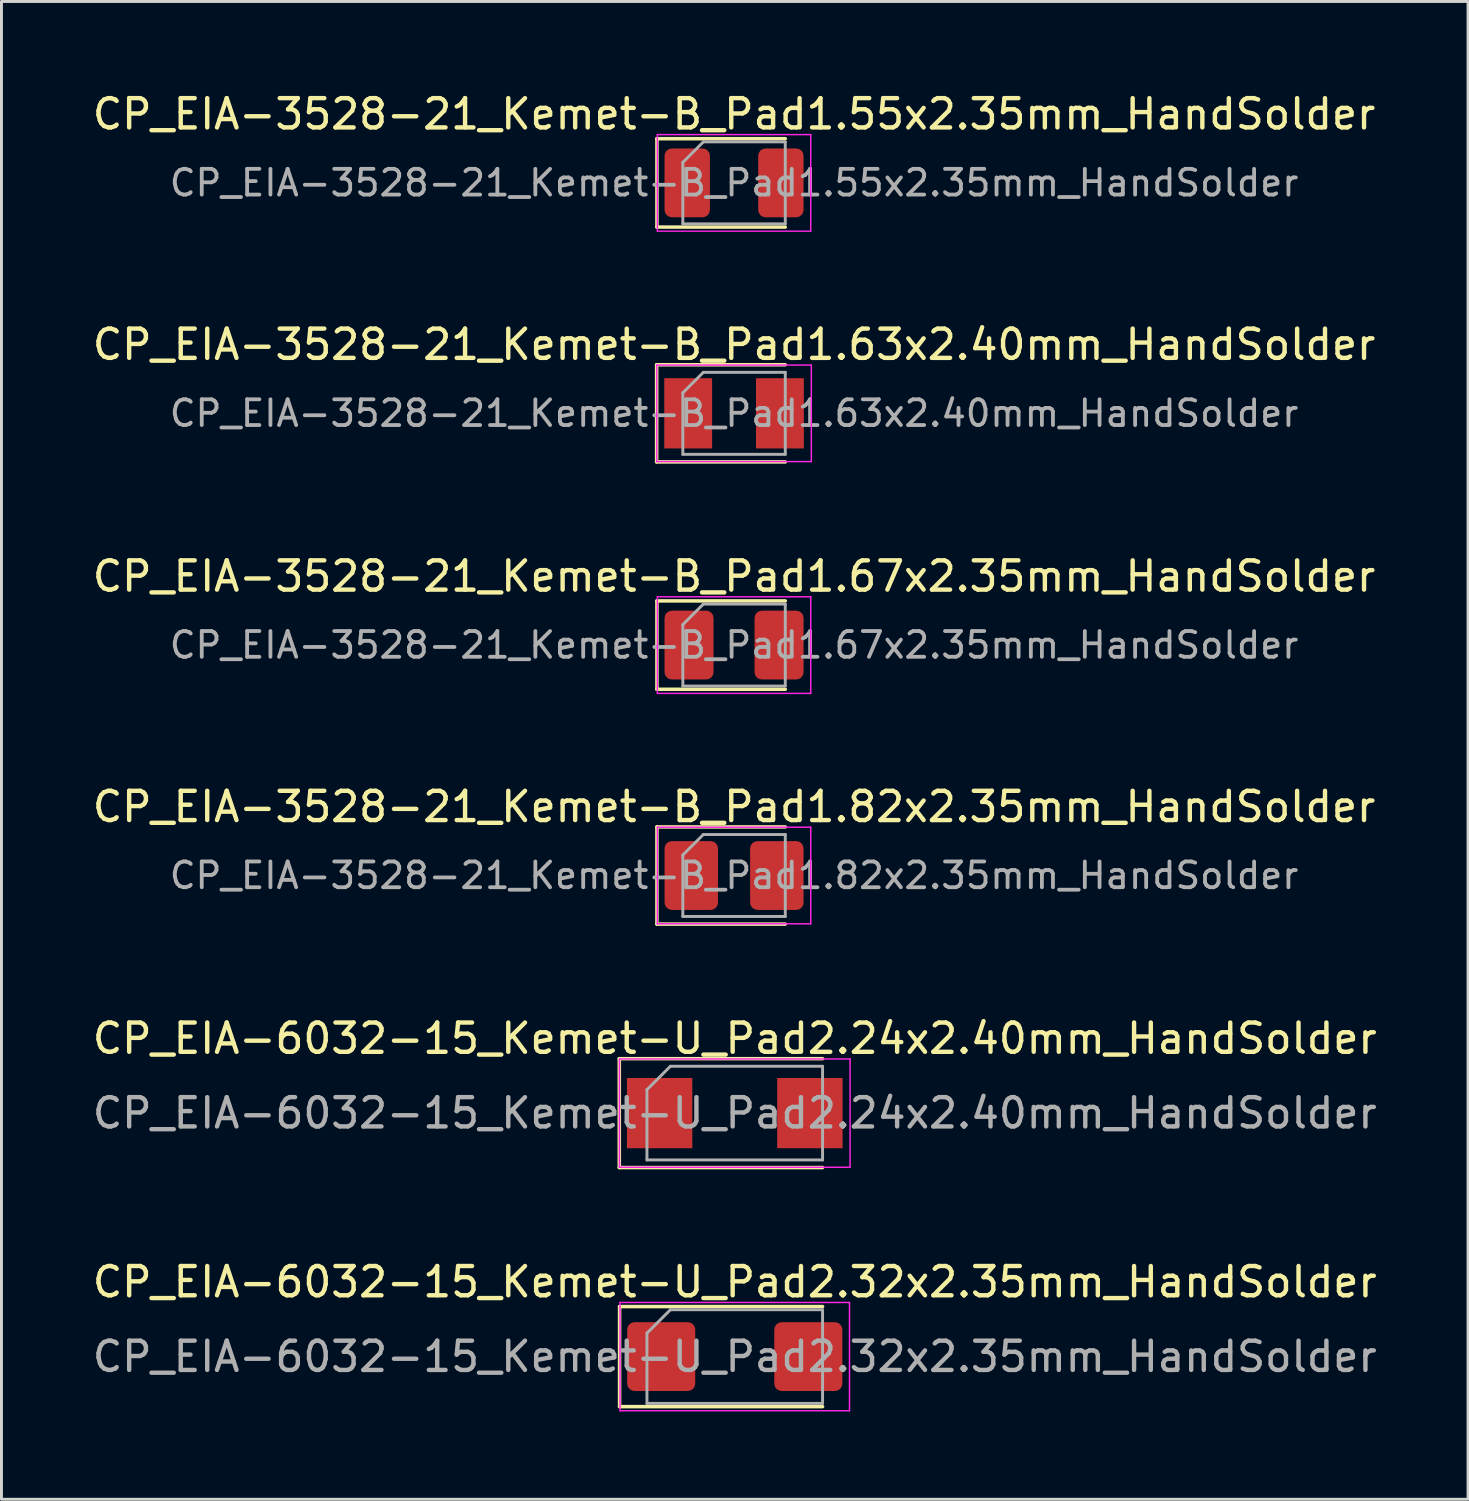
<source format=kicad_pcb>
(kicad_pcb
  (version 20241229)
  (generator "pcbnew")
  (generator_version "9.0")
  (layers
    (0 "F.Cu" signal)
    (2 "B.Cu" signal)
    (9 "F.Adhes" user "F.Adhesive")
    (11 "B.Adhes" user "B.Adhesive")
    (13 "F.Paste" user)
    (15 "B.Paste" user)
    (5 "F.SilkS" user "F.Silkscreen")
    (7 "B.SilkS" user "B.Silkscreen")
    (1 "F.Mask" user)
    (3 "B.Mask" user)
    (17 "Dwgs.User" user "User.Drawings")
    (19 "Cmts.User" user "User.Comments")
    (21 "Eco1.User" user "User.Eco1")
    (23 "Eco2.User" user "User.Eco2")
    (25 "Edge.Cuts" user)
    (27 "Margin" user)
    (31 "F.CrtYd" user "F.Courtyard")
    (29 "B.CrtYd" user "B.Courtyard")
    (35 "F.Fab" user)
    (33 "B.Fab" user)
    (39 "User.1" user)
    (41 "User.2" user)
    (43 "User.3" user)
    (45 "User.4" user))
  (footprint "CP_EIA-3528-21_Kemet-B_Pad1.67x2.35mm_HandSolder"
    (layer "F.Cu")
    (at 22.03 18.99)
    (property "Reference" "CP_EIA-3528-21_Kemet-B_Pad1.67x2.35mm_HandSolder" (at 0 -2.35 0) (layer "F.SilkS") (effects (font (size 1 1) (thickness 0.15))))
    (attr smd)
    (fp_line (start -2.635 -1.51) (end -2.635 1.51) (stroke (width 0.12) (type solid)) (layer "F.SilkS"))
    (fp_line (start -2.635 1.51) (end 1.75 1.51) (stroke (width 0.12) (type solid)) (layer "F.SilkS"))
    (fp_line (start 1.75 -1.51) (end -2.635 -1.51) (stroke (width 0.12) (type solid)) (layer "F.SilkS"))
    (fp_line (start -2.62 -1.65) (end 2.62 -1.65) (stroke (width 0.05) (type solid)) (layer "F.CrtYd"))
    (fp_line (start -2.62 1.65) (end -2.62 -1.65) (stroke (width 0.05) (type solid)) (layer "F.CrtYd"))
    (fp_line (start 2.62 -1.65) (end 2.62 1.65) (stroke (width 0.05) (type solid)) (layer "F.CrtYd"))
    (fp_line (start 2.62 1.65) (end -2.62 1.65) (stroke (width 0.05) (type solid)) (layer "F.CrtYd"))
    (fp_line (start -1.75 -0.7) (end -1.75 1.4) (stroke (width 0.1) (type solid)) (layer "F.Fab"))
    (fp_line (start -1.75 1.4) (end 1.75 1.4) (stroke (width 0.1) (type solid)) (layer "F.Fab"))
    (fp_line (start -1.05 -1.4) (end -1.75 -0.7) (stroke (width 0.1) (type solid)) (layer "F.Fab"))
    (fp_line (start 1.75 -1.4) (end -1.05 -1.4) (stroke (width 0.1) (type solid)) (layer "F.Fab"))
    (fp_line (start 1.75 1.4) (end 1.75 -1.4) (stroke (width 0.1) (type solid)) (layer "F.Fab"))
    (fp_text user "${REFERENCE}" (at 0 0 0) (layer "F.Fab") (effects (font (size 0.88 0.88) (thickness 0.13))))
    (pad "1" smd roundrect (at -1.538 0) (size 1.675 2.35) (layers "F.Cu" "F.Mask" "F.Paste") (roundrect_rratio 0.149))
    (pad "2" smd roundrect (at 1.538 0) (size 1.675 2.35) (layers "F.Cu" "F.Mask" "F.Paste") (roundrect_rratio 0.149)))
  (footprint "CP_EIA-3528-21_Kemet-B_Pad1.82x2.35mm_HandSolder"
    (layer "F.Cu")
    (at 22.03 26.863)
    (property "Reference" "CP_EIA-3528-21_Kemet-B_Pad1.82x2.35mm_HandSolder" (at 0 -2.35 0) (layer "F.SilkS") (effects (font (size 1 1) (thickness 0.15))))
    (attr smd)
    (fp_line (start -2.635 -1.66) (end -2.635 1.66) (stroke (width 0.12) (type solid)) (layer "F.SilkS"))
    (fp_line (start -2.635 1.66) (end 1.75 1.66) (stroke (width 0.12) (type solid)) (layer "F.SilkS"))
    (fp_line (start 1.75 -1.66) (end -2.635 -1.66) (stroke (width 0.12) (type solid)) (layer "F.SilkS"))
    (fp_line (start -2.62 -1.65) (end 2.62 -1.65) (stroke (width 0.05) (type solid)) (layer "F.CrtYd"))
    (fp_line (start -2.62 1.65) (end -2.62 -1.65) (stroke (width 0.05) (type solid)) (layer "F.CrtYd"))
    (fp_line (start 2.62 -1.65) (end 2.62 1.65) (stroke (width 0.05) (type solid)) (layer "F.CrtYd"))
    (fp_line (start 2.62 1.65) (end -2.62 1.65) (stroke (width 0.05) (type solid)) (layer "F.CrtYd"))
    (fp_line (start -1.75 -0.7) (end -1.75 1.4) (stroke (width 0.1) (type solid)) (layer "F.Fab"))
    (fp_line (start -1.75 1.4) (end 1.75 1.4) (stroke (width 0.1) (type solid)) (layer "F.Fab"))
    (fp_line (start -1.05 -1.4) (end -1.75 -0.7) (stroke (width 0.1) (type solid)) (layer "F.Fab"))
    (fp_line (start 1.75 -1.4) (end -1.05 -1.4) (stroke (width 0.1) (type solid)) (layer "F.Fab"))
    (fp_line (start 1.75 1.4) (end 1.75 -1.4) (stroke (width 0.1) (type solid)) (layer "F.Fab"))
    (fp_text user "${REFERENCE}" (at 0 0 0) (layer "F.Fab") (effects (font (size 0.88 0.88) (thickness 0.13))))
    (pad "1" smd roundrect (at -1.462 0) (size 1.825 2.35) (layers "F.Cu" "F.Mask" "F.Paste") (roundrect_rratio 0.137))
    (pad "2" smd roundrect (at 1.462 0) (size 1.825 2.35) (layers "F.Cu" "F.Mask" "F.Paste") (roundrect_rratio 0.137)))
  (footprint "CP_EIA-6032-15_Kemet-U_Pad2.32x2.35mm_HandSolder"
    (layer "F.Cu")
    (at 22.054 43.3)
    (property "Reference" "CP_EIA-6032-15_Kemet-U_Pad2.32x2.35mm_HandSolder" (at 0 -2.55 0) (layer "F.SilkS") (effects (font (size 1 1) (thickness 0.15))))
    (attr smd)
    (fp_line (start -3.935 -1.71) (end -3.935 1.71) (stroke (width 0.12) (type solid)) (layer "F.SilkS"))
    (fp_line (start -3.935 1.71) (end 3 1.71) (stroke (width 0.12) (type solid)) (layer "F.SilkS"))
    (fp_line (start 3 -1.71) (end -3.935 -1.71) (stroke (width 0.12) (type solid)) (layer "F.SilkS"))
    (fp_line (start -3.92 -1.85) (end 3.92 -1.85) (stroke (width 0.05) (type solid)) (layer "F.CrtYd"))
    (fp_line (start -3.92 1.85) (end -3.92 -1.85) (stroke (width 0.05) (type solid)) (layer "F.CrtYd"))
    (fp_line (start 3.92 -1.85) (end 3.92 1.85) (stroke (width 0.05) (type solid)) (layer "F.CrtYd"))
    (fp_line (start 3.92 1.85) (end -3.92 1.85) (stroke (width 0.05) (type solid)) (layer "F.CrtYd"))
    (fp_line (start -3 -0.8) (end -3 1.6) (stroke (width 0.1) (type solid)) (layer "F.Fab"))
    (fp_line (start -3 1.6) (end 3 1.6) (stroke (width 0.1) (type solid)) (layer "F.Fab"))
    (fp_line (start -2.2 -1.6) (end -3 -0.8) (stroke (width 0.1) (type solid)) (layer "F.Fab"))
    (fp_line (start 3 -1.6) (end -2.2 -1.6) (stroke (width 0.1) (type solid)) (layer "F.Fab"))
    (fp_line (start 3 1.6) (end 3 -1.6) (stroke (width 0.1) (type solid)) (layer "F.Fab"))
    (fp_text user "${REFERENCE}" (at 0 0 0) (layer "F.Fab") (effects (font (size 1 1) (thickness 0.15))))
    (pad "1" smd roundrect (at -2.513 0) (size 2.325 2.35) (layers "F.Cu" "F.Mask" "F.Paste") (roundrect_rratio 0.108))
    (pad "2" smd roundrect (at 2.513 0) (size 2.325 2.35) (layers "F.Cu" "F.Mask" "F.Paste") (roundrect_rratio 0.108)))
  (footprint "CP_EIA-3528-21_Kemet-B_Pad1.55x2.35mm_HandSolder"
    (layer "F.Cu")
    (at 22.03 3.198)
    (property "Reference" "CP_EIA-3528-21_Kemet-B_Pad1.55x2.35mm_HandSolder" (at 0 -2.35 0) (layer "F.SilkS") (effects (font (size 1 1) (thickness 0.15))))
    (attr smd)
    (fp_line (start -2.635 -1.51) (end -2.635 1.51) (stroke (width 0.12) (type solid)) (layer "F.SilkS"))
    (fp_line (start -2.635 1.51) (end 1.75 1.51) (stroke (width 0.12) (type solid)) (layer "F.SilkS"))
    (fp_line (start 1.75 -1.51) (end -2.635 -1.51) (stroke (width 0.12) (type solid)) (layer "F.SilkS"))
    (fp_line (start -2.62 -1.65) (end 2.62 -1.65) (stroke (width 0.05) (type solid)) (layer "F.CrtYd"))
    (fp_line (start -2.62 1.65) (end -2.62 -1.65) (stroke (width 0.05) (type solid)) (layer "F.CrtYd"))
    (fp_line (start 2.62 -1.65) (end 2.62 1.65) (stroke (width 0.05) (type solid)) (layer "F.CrtYd"))
    (fp_line (start 2.62 1.65) (end -2.62 1.65) (stroke (width 0.05) (type solid)) (layer "F.CrtYd"))
    (fp_line (start -1.75 -0.7) (end -1.75 1.4) (stroke (width 0.1) (type solid)) (layer "F.Fab"))
    (fp_line (start -1.75 1.4) (end 1.75 1.4) (stroke (width 0.1) (type solid)) (layer "F.Fab"))
    (fp_line (start -1.05 -1.4) (end -1.75 -0.7) (stroke (width 0.1) (type solid)) (layer "F.Fab"))
    (fp_line (start 1.75 -1.4) (end -1.05 -1.4) (stroke (width 0.1) (type solid)) (layer "F.Fab"))
    (fp_line (start 1.75 1.4) (end 1.75 -1.4) (stroke (width 0.1) (type solid)) (layer "F.Fab"))
    (fp_text user "${REFERENCE}" (at 0 0 0) (layer "F.Fab") (effects (font (size 0.88 0.88) (thickness 0.13))))
    (pad "1" smd roundrect (at -1.6 0) (size 1.55 2.35) (layers "F.Cu" "F.Mask" "F.Paste") (roundrect_rratio 0.161))
    (pad "2" smd roundrect (at 1.6 0) (size 1.55 2.35) (layers "F.Cu" "F.Mask" "F.Paste") (roundrect_rratio 0.161)))
  (footprint "CP_EIA-6032-15_Kemet-U_Pad2.24x2.40mm_HandSolder"
    (layer "F.Cu")
    (at 22.054 34.981)
    (property "Reference" "CP_EIA-6032-15_Kemet-U_Pad2.24x2.40mm_HandSolder" (at 0 -2.55 0) (layer "F.SilkS") (effects (font (size 1 1) (thickness 0.15))))
    (attr smd)
    (fp_line (start -3.945 -1.86) (end -3.945 1.86) (stroke (width 0.12) (type solid)) (layer "F.SilkS"))
    (fp_line (start -3.945 1.86) (end 3 1.86) (stroke (width 0.12) (type solid)) (layer "F.SilkS"))
    (fp_line (start 3 -1.86) (end -3.945 -1.86) (stroke (width 0.12) (type solid)) (layer "F.SilkS"))
    (fp_line (start -3.94 -1.85) (end 3.94 -1.85) (stroke (width 0.05) (type solid)) (layer "F.CrtYd"))
    (fp_line (start -3.94 1.85) (end -3.94 -1.85) (stroke (width 0.05) (type solid)) (layer "F.CrtYd"))
    (fp_line (start 3.94 -1.85) (end 3.94 1.85) (stroke (width 0.05) (type solid)) (layer "F.CrtYd"))
    (fp_line (start 3.94 1.85) (end -3.94 1.85) (stroke (width 0.05) (type solid)) (layer "F.CrtYd"))
    (fp_line (start -3 -0.8) (end -3 1.6) (stroke (width 0.1) (type solid)) (layer "F.Fab"))
    (fp_line (start -3 1.6) (end 3 1.6) (stroke (width 0.1) (type solid)) (layer "F.Fab"))
    (fp_line (start -2.2 -1.6) (end -3 -0.8) (stroke (width 0.1) (type solid)) (layer "F.Fab"))
    (fp_line (start 3 -1.6) (end -2.2 -1.6) (stroke (width 0.1) (type solid)) (layer "F.Fab"))
    (fp_line (start 3 1.6) (end 3 -1.6) (stroke (width 0.1) (type solid)) (layer "F.Fab"))
    (fp_text user "${REFERENCE}" (at 0 0 0) (layer "F.Fab") (effects (font (size 1 1) (thickness 0.15))))
    (pad "1" smd rect (at -2.567 0) (size 2.235 2.4) (layers "F.Cu" "F.Mask" "F.Paste"))
    (pad "2" smd rect (at 2.567 0) (size 2.235 2.4) (layers "F.Cu" "F.Mask" "F.Paste")))
  (footprint "CP_EIA-3528-21_Kemet-B_Pad1.63x2.40mm_HandSolder"
    (layer "F.Cu")
    (at 22.03 11.072)
    (property "Reference" "CP_EIA-3528-21_Kemet-B_Pad1.63x2.40mm_HandSolder" (at 0 -2.35 0) (layer "F.SilkS") (effects (font (size 1 1) (thickness 0.15))))
    (attr smd)
    (fp_line (start -2.645 -1.66) (end -2.645 1.66) (stroke (width 0.12) (type solid)) (layer "F.SilkS"))
    (fp_line (start -2.645 1.66) (end 1.75 1.66) (stroke (width 0.12) (type solid)) (layer "F.SilkS"))
    (fp_line (start 1.75 -1.66) (end -2.645 -1.66) (stroke (width 0.12) (type solid)) (layer "F.SilkS"))
    (fp_line (start -2.64 -1.65) (end 2.64 -1.65) (stroke (width 0.05) (type solid)) (layer "F.CrtYd"))
    (fp_line (start -2.64 1.65) (end -2.64 -1.65) (stroke (width 0.05) (type solid)) (layer "F.CrtYd"))
    (fp_line (start 2.64 -1.65) (end 2.64 1.65) (stroke (width 0.05) (type solid)) (layer "F.CrtYd"))
    (fp_line (start 2.64 1.65) (end -2.64 1.65) (stroke (width 0.05) (type solid)) (layer "F.CrtYd"))
    (fp_line (start -1.75 -0.7) (end -1.75 1.4) (stroke (width 0.1) (type solid)) (layer "F.Fab"))
    (fp_line (start -1.75 1.4) (end 1.75 1.4) (stroke (width 0.1) (type solid)) (layer "F.Fab"))
    (fp_line (start -1.05 -1.4) (end -1.75 -0.7) (stroke (width 0.1) (type solid)) (layer "F.Fab"))
    (fp_line (start 1.75 -1.4) (end -1.05 -1.4) (stroke (width 0.1) (type solid)) (layer "F.Fab"))
    (fp_line (start 1.75 1.4) (end 1.75 -1.4) (stroke (width 0.1) (type solid)) (layer "F.Fab"))
    (fp_text user "${REFERENCE}" (at 0 0 0) (layer "F.Fab") (effects (font (size 0.88 0.88) (thickness 0.13))))
    (pad "1" smd rect (at -1.567 0) (size 1.635 2.4) (layers "F.Cu" "F.Mask" "F.Paste"))
    (pad "2" smd rect (at 1.567 0) (size 1.635 2.4) (layers "F.Cu" "F.Mask" "F.Paste")))
  (gr_rect
    (start -3 -3)
    (end 47.107 48.175)
    (stroke (width 0.1) (type default))
    (fill no)
    (layer "Edge.Cuts")))
</source>
